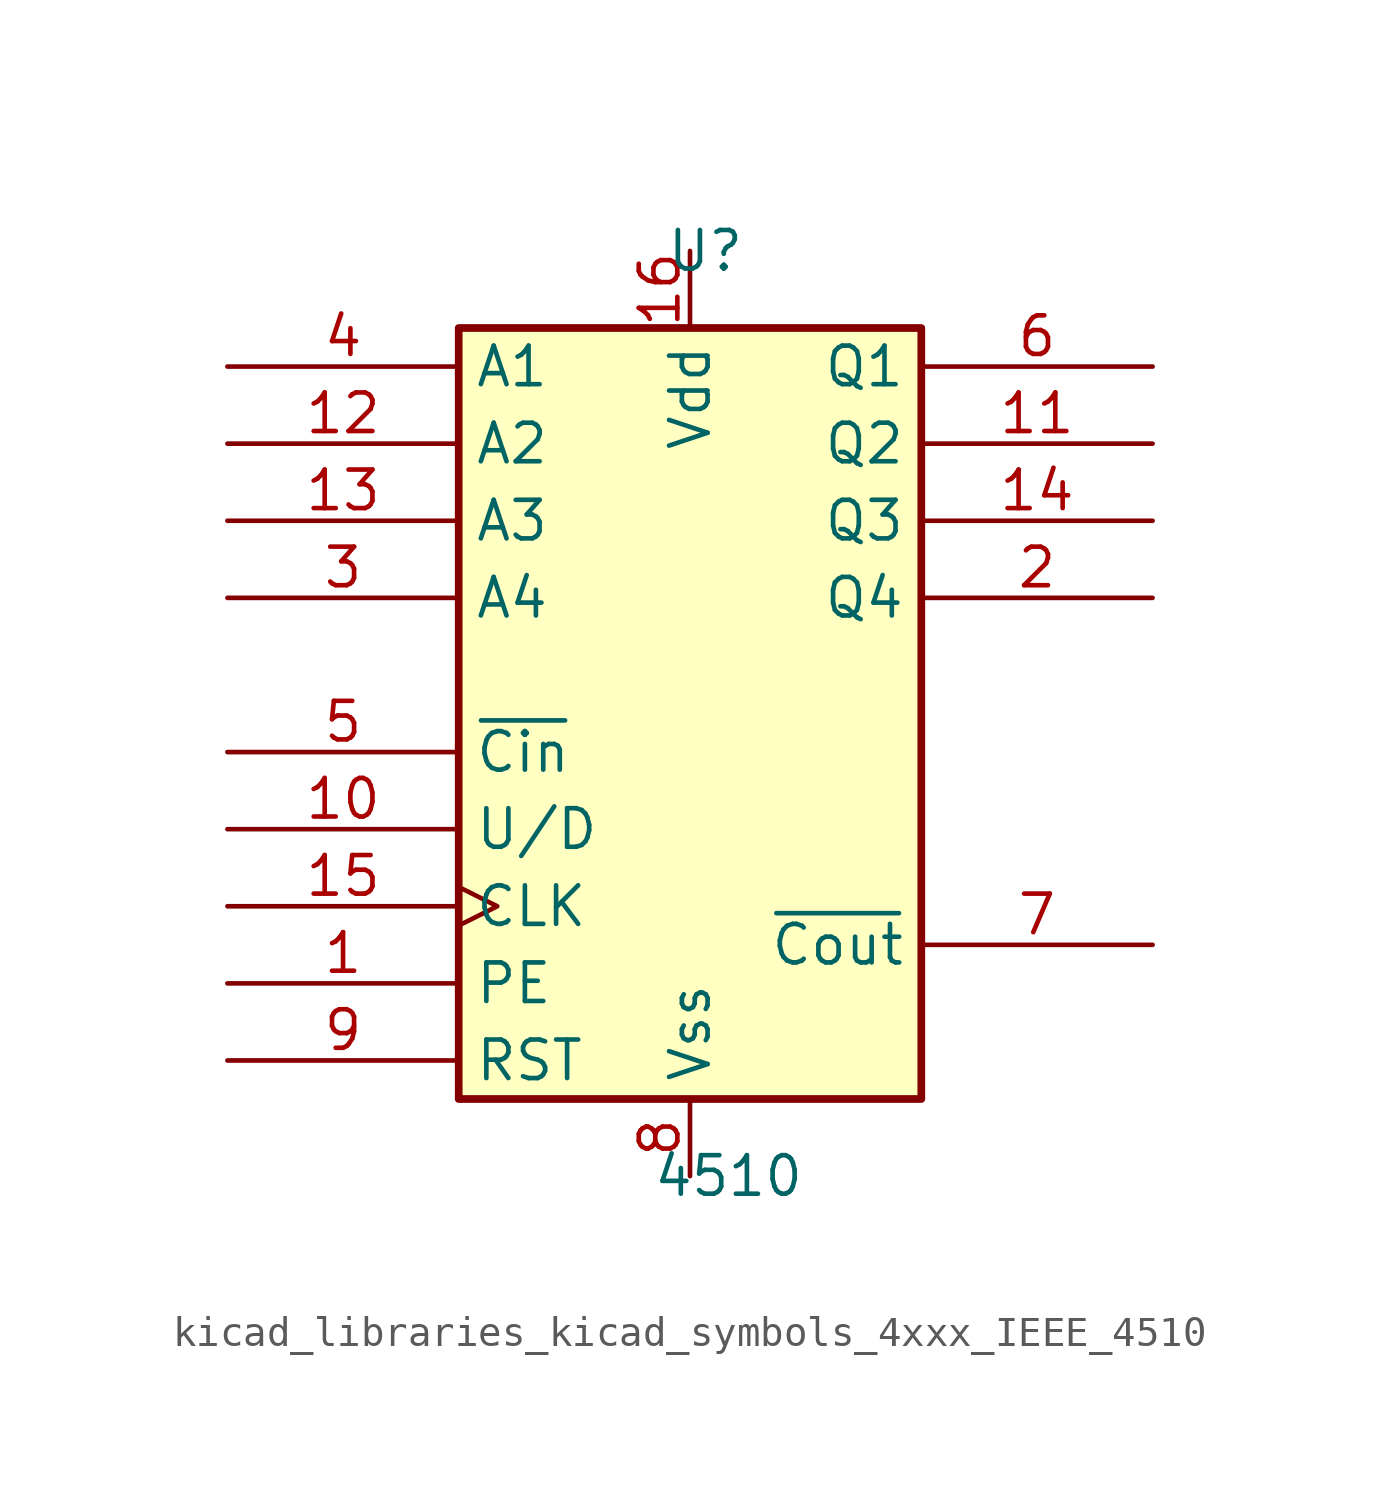
<source format=kicad_sym>
(kicad_symbol_lib
  (version 20220914)
  (generator kicad_symbol_editor)
  (symbol "kicad_libraries_kicad_symbols_4xxx_IEEE_4510"
    (property "Reference" "U"
      (at 0.508 15.24 0)
      (effects (font (size 1.27 1.27))))
    (property "Value" "4510"
      (at 1.27 -15.24 0)
      (effects (font (size 1.27 1.27))))
    (symbol "kicad_libraries_kicad_symbols_4xxx_IEEE_4510_0_1"
      (rectangle (start -7.62 12.7) (end 7.62 -12.7) (stroke (width 0.254) (type default)) (fill (type background))))
    (symbol "kicad_libraries_kicad_symbols_4xxx_IEEE_4510_1_1"
      (pin input line (at -15.24 -8.89 0) (length 7.62) (name "PE" (effects (font (size 1.27 1.27)))) (number "1" (effects (font (size 1.27 1.27)))))
      (pin input line (at -15.24 -3.81 0) (length 7.62) (name "U/D" (effects (font (size 1.27 1.27)))) (number "10" (effects (font (size 1.27 1.27)))))
      (pin output line (at 15.24 8.89 180) (length 7.62) (name "Q2" (effects (font (size 1.27 1.27)))) (number "11" (effects (font (size 1.27 1.27)))))
      (pin input line (at -15.24 8.89 0) (length 7.62) (name "A2" (effects (font (size 1.27 1.27)))) (number "12" (effects (font (size 1.27 1.27)))))
      (pin input line (at -15.24 6.35 0) (length 7.62) (name "A3" (effects (font (size 1.27 1.27)))) (number "13" (effects (font (size 1.27 1.27)))))
      (pin output line (at 15.24 6.35 180) (length 7.62) (name "Q3" (effects (font (size 1.27 1.27)))) (number "14" (effects (font (size 1.27 1.27)))))
      (pin input clock (at -15.24 -6.35 0) (length 7.62) (name "CLK" (effects (font (size 1.27 1.27)))) (number "15" (effects (font (size 1.27 1.27)))))
      (pin power_in line (at 0 15.24 270) (length 2.54) (name "Vdd" (effects (font (size 1.27 1.27)))) (number "16" (effects (font (size 1.27 1.27)))))
      (pin output line (at 15.24 3.81 180) (length 7.62) (name "Q4" (effects (font (size 1.27 1.27)))) (number "2" (effects (font (size 1.27 1.27)))))
      (pin input line (at -15.24 3.81 0) (length 7.62) (name "A4" (effects (font (size 1.27 1.27)))) (number "3" (effects (font (size 1.27 1.27)))))
      (pin input line (at -15.24 11.43 0) (length 7.62) (name "A1" (effects (font (size 1.27 1.27)))) (number "4" (effects (font (size 1.27 1.27)))))
      (pin input line (at -15.24 -1.27 0) (length 7.62) (name "~{Cin}" (effects (font (size 1.27 1.27)))) (number "5" (effects (font (size 1.27 1.27)))))
      (pin output line (at 15.24 11.43 180) (length 7.62) (name "Q1" (effects (font (size 1.27 1.27)))) (number "6" (effects (font (size 1.27 1.27)))))
      (pin output line (at 15.24 -7.62 180) (length 7.62) (name "~{Cout}" (effects (font (size 1.27 1.27)))) (number "7" (effects (font (size 1.27 1.27)))))
      (pin power_in line (at 0 -15.24 90) (length 2.54) (name "Vss" (effects (font (size 1.27 1.27)))) (number "8" (effects (font (size 1.27 1.27)))))
      (pin input line (at -15.24 -11.43 0) (length 7.62) (name "RST" (effects (font (size 1.27 1.27)))) (number "9" (effects (font (size 1.27 1.27))))))))
</source>
